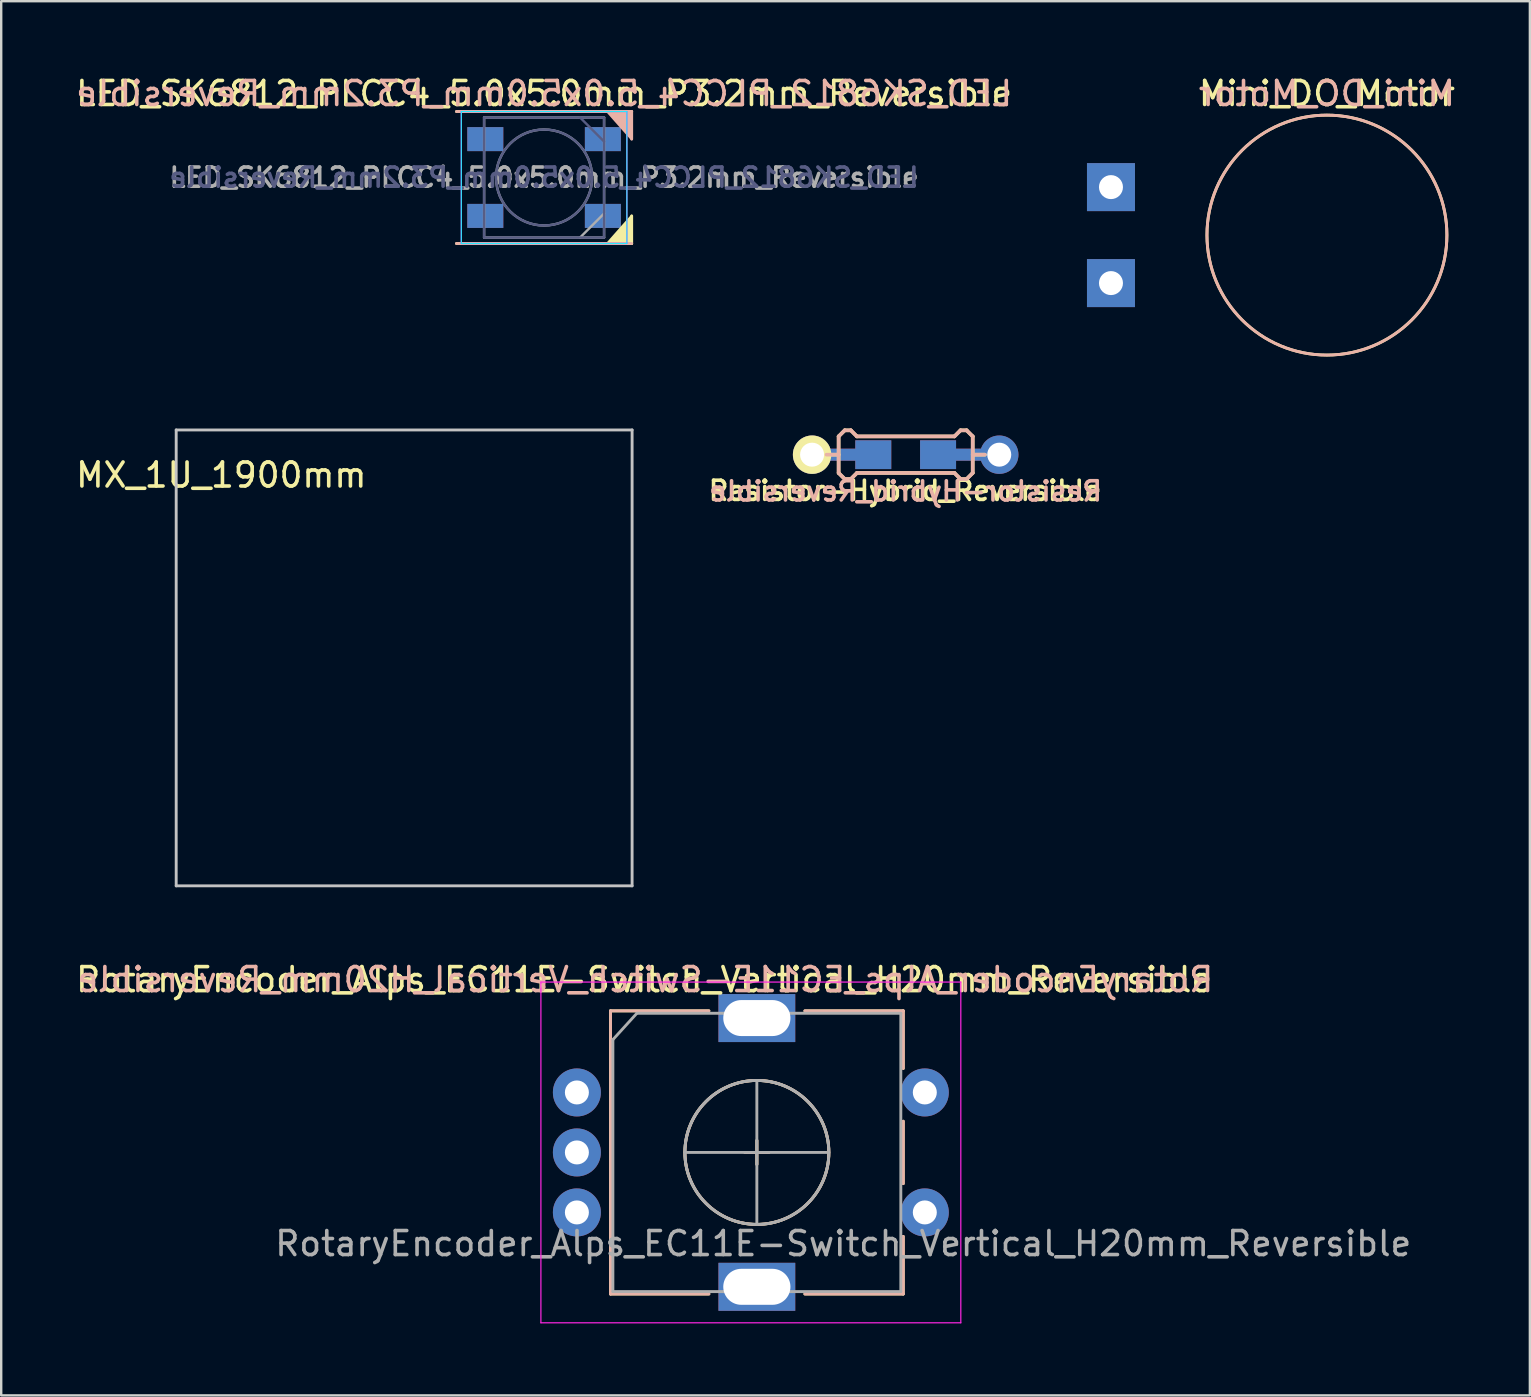
<source format=kicad_pcb>
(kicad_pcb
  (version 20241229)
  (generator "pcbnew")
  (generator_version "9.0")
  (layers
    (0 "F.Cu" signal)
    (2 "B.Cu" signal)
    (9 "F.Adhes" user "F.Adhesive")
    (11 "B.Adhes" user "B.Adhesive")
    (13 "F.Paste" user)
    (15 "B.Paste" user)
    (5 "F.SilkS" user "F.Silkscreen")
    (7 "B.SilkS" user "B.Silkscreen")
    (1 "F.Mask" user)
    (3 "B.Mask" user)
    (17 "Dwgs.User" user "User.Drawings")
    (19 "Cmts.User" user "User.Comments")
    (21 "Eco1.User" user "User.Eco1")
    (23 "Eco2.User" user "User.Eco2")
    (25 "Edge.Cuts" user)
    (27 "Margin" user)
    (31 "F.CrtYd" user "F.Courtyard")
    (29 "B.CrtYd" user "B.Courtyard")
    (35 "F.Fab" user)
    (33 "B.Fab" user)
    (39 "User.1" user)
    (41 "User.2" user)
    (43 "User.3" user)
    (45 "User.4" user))
  (footprint "RotaryEncoder_Alps_EC11E-Switch_Vertical_H20mm_Reversible"
    (layer "F.Cu")
    (at 20.992 42.478)
    (property "Reference" "RotaryEncoder_Alps_EC11E-Switch_Vertical_H20mm_Reversible" (at 2.8 -4.7 0) (layer "F.SilkS") (effects (font (size 1 1) (thickness 0.15))))
    (attr through_hole)
    (fp_line (start 1.4 -3.4) (end 1.4 8.4) (stroke (width 0.12) (type solid)) (layer "F.SilkS"))
    (fp_line (start 5.5 -3.4) (end 1.4 -3.4) (stroke (width 0.12) (type solid)) (layer "F.SilkS"))
    (fp_line (start 5.5 8.4) (end 1.4 8.4) (stroke (width 0.12) (type solid)) (layer "F.SilkS"))
    (fp_line (start 7 2.5) (end 8 2.5) (stroke (width 0.12) (type solid)) (layer "F.SilkS"))
    (fp_line (start 7.5 2) (end 7.5 3) (stroke (width 0.12) (type solid)) (layer "F.SilkS"))
    (fp_line (start 9.5 -3.4) (end 13.6 -3.4) (stroke (width 0.12) (type solid)) (layer "F.SilkS"))
    (fp_line (start 13.6 -3.4) (end 13.6 -1) (stroke (width 0.12) (type solid)) (layer "F.SilkS"))
    (fp_line (start 13.6 1.2) (end 13.6 3.8) (stroke (width 0.12) (type solid)) (layer "F.SilkS"))
    (fp_line (start 13.6 6) (end 13.6 8.4) (stroke (width 0.12) (type solid)) (layer "F.SilkS"))
    (fp_line (start 13.6 8.4) (end 9.5 8.4) (stroke (width 0.12) (type solid)) (layer "F.SilkS"))
    (fp_circle (center 7.5 2.5) (end 10.5 2.5) (stroke (width 0.12) (type solid)) (fill no) (layer "F.SilkS"))
    (fp_line (start 1.403 8.399) (end 1.403 -3.401) (stroke (width 0.12) (type solid)) (layer "B.SilkS"))
    (fp_line (start 5.503 -3.401) (end 1.403 -3.401) (stroke (width 0.12) (type solid)) (layer "B.SilkS"))
    (fp_line (start 5.503 8.399) (end 1.403 8.399) (stroke (width 0.12) (type solid)) (layer "B.SilkS"))
    (fp_line (start 7.003 2.499) (end 8.003 2.499) (stroke (width 0.12) (type solid)) (layer "B.SilkS"))
    (fp_line (start 7.503 2.999) (end 7.503 1.999) (stroke (width 0.12) (type solid)) (layer "B.SilkS"))
    (fp_line (start 9.503 8.399) (end 13.603 8.399) (stroke (width 0.12) (type solid)) (layer "B.SilkS"))
    (fp_line (start 13.603 -3.401) (end 9.503 -3.401) (stroke (width 0.12) (type solid)) (layer "B.SilkS"))
    (fp_line (start 13.603 -1.001) (end 13.603 -3.401) (stroke (width 0.12) (type solid)) (layer "B.SilkS"))
    (fp_line (start 13.603 3.799) (end 13.603 1.199) (stroke (width 0.12) (type solid)) (layer "B.SilkS"))
    (fp_line (start 13.603 8.399) (end 13.603 5.999) (stroke (width 0.12) (type solid)) (layer "B.SilkS"))
    (fp_circle (center 7.503 2.499) (end 10.503 2.499) (stroke (width 0.12) (type solid)) (fill no) (layer "B.SilkS"))
    (fp_line (start -1.5 -4.6) (end -1.5 9.6) (stroke (width 0.05) (type solid)) (layer "F.CrtYd"))
    (fp_line (start -1.5 -4.6) (end 16 -4.6) (stroke (width 0.05) (type solid)) (layer "F.CrtYd"))
    (fp_line (start 16 9.6) (end -1.5 9.6) (stroke (width 0.05) (type solid)) (layer "F.CrtYd"))
    (fp_line (start 16 9.6) (end 16 -4.6) (stroke (width 0.05) (type solid)) (layer "F.CrtYd"))
    (fp_line (start 1.5 -2.2) (end 2.5 -3.3) (stroke (width 0.12) (type solid)) (layer "F.Fab"))
    (fp_line (start 1.5 8.3) (end 1.5 -2.2) (stroke (width 0.12) (type solid)) (layer "F.Fab"))
    (fp_line (start 2.5 -3.3) (end 13.5 -3.3) (stroke (width 0.12) (type solid)) (layer "F.Fab"))
    (fp_line (start 4.5 2.5) (end 10.5 2.5) (stroke (width 0.12) (type solid)) (layer "F.Fab"))
    (fp_line (start 7.5 -0.5) (end 7.5 5.5) (stroke (width 0.12) (type solid)) (layer "F.Fab"))
    (fp_line (start 13.5 -3.3) (end 13.5 8.3) (stroke (width 0.12) (type solid)) (layer "F.Fab"))
    (fp_line (start 13.5 8.3) (end 1.5 8.3) (stroke (width 0.12) (type solid)) (layer "F.Fab"))
    (fp_circle (center 7.5 2.5) (end 10.5 2.5) (stroke (width 0.12) (type solid)) (fill no) (layer "F.Fab"))
    (fp_text user "${REFERENCE}" (at 2.852 -4.702 0) (layer "B.SilkS") (effects (font (size 1 1) (thickness 0.15)) (justify mirror)))
    (fp_text user "${REFERENCE}" (at 11.1 6.3 0) (layer "F.Fab") (effects (font (size 1 1) (thickness 0.15))))
    (pad "A" thru_hole circle (at 0 0) (size 2 2) (drill 1) (layers "*.Cu" "*.Mask"))
    (pad "B" thru_hole circle (at 0 5) (size 2 2) (drill 1) (layers "*.Cu" "*.Mask"))
    (pad "C" thru_hole circle (at 0 2.5) (size 2 2) (drill 1) (layers "*.Cu" "*.Mask"))
    (pad "MP" thru_hole rect (at 7.5 -3.1) (size 3.2 2) (drill oval 2.8 1.5) (layers "*.Cu" "*.Mask"))
    (pad "MP" thru_hole rect (at 7.5 8.1) (size 3.2 2) (drill oval 2.8 1.5) (layers "*.Cu" "*.Mask"))
    (pad "S1" thru_hole circle (at 14.5 5) (size 2 2) (drill 1) (layers "*.Cu" "*.Mask"))
    (pad "S2" thru_hole circle (at 14.5 0) (size 2 2) (drill 1) (layers "*.Cu" "*.Mask")))
  (footprint "Resistor-Hybrid_Reversible"
    (layer "F.Cu")
    (at 34.694 15.899)
    (property "Reference" "Resistor-Hybrid_Reversible" (at -0.025 1.5 0) (layer "F.SilkS") (effects (font (size 0.8 0.8) (thickness 0.15))))
    (attr smd)
    (fp_line (start -3.302 0) (end -2.794 0) (stroke (width 0.15) (type solid)) (layer "F.SilkS"))
    (fp_line (start -2.794 -0.762) (end -2.54 -1.016) (stroke (width 0.15) (type solid)) (layer "F.SilkS"))
    (fp_line (start -2.794 0.762) (end -2.794 -0.762) (stroke (width 0.15) (type solid)) (layer "F.SilkS"))
    (fp_line (start -2.54 -1.016) (end -2.286 -1.016) (stroke (width 0.15) (type solid)) (layer "F.SilkS"))
    (fp_line (start -2.54 1.016) (end -2.794 0.762) (stroke (width 0.15) (type solid)) (layer "F.SilkS"))
    (fp_line (start -2.286 -1.016) (end -2.032 -0.762) (stroke (width 0.15) (type solid)) (layer "F.SilkS"))
    (fp_line (start -2.286 1.016) (end -2.54 1.016) (stroke (width 0.15) (type solid)) (layer "F.SilkS"))
    (fp_line (start -2.032 -0.762) (end 2.032 -0.762) (stroke (width 0.15) (type solid)) (layer "F.SilkS"))
    (fp_line (start -2.032 0.762) (end -2.286 1.016) (stroke (width 0.15) (type solid)) (layer "F.SilkS"))
    (fp_line (start 2.032 -0.762) (end 2.286 -1.016) (stroke (width 0.15) (type solid)) (layer "F.SilkS"))
    (fp_line (start 2.032 0.762) (end -2.032 0.762) (stroke (width 0.15) (type solid)) (layer "F.SilkS"))
    (fp_line (start 2.286 -1.016) (end 2.54 -1.016) (stroke (width 0.15) (type solid)) (layer "F.SilkS"))
    (fp_line (start 2.286 1.016) (end 2.032 0.762) (stroke (width 0.15) (type solid)) (layer "F.SilkS"))
    (fp_line (start 2.54 -1.016) (end 2.794 -0.762) (stroke (width 0.15) (type solid)) (layer "F.SilkS"))
    (fp_line (start 2.54 1.016) (end 2.286 1.016) (stroke (width 0.15) (type solid)) (layer "F.SilkS"))
    (fp_line (start 2.794 -0.762) (end 2.794 0.762) (stroke (width 0.15) (type solid)) (layer "F.SilkS"))
    (fp_line (start 2.794 0) (end 3.302 0) (stroke (width 0.15) (type solid)) (layer "F.SilkS"))
    (fp_line (start 2.794 0.762) (end 2.54 1.016) (stroke (width 0.15) (type solid)) (layer "F.SilkS"))
    (fp_line (start -3.302 0) (end -2.794 0) (stroke (width 0.15) (type solid)) (layer "B.SilkS"))
    (fp_line (start -2.794 -0.762) (end -2.794 0.762) (stroke (width 0.15) (type solid)) (layer "B.SilkS"))
    (fp_line (start -2.794 0.762) (end -2.54 1.016) (stroke (width 0.15) (type solid)) (layer "B.SilkS"))
    (fp_line (start -2.54 -1.016) (end -2.794 -0.762) (stroke (width 0.15) (type solid)) (layer "B.SilkS"))
    (fp_line (start -2.54 1.016) (end -2.286 1.016) (stroke (width 0.15) (type solid)) (layer "B.SilkS"))
    (fp_line (start -2.286 -1.016) (end -2.54 -1.016) (stroke (width 0.15) (type solid)) (layer "B.SilkS"))
    (fp_line (start -2.286 1.016) (end -2.032 0.762) (stroke (width 0.15) (type solid)) (layer "B.SilkS"))
    (fp_line (start -2.032 -0.762) (end -2.286 -1.016) (stroke (width 0.15) (type solid)) (layer "B.SilkS"))
    (fp_line (start -2.032 0.762) (end 2.032 0.762) (stroke (width 0.15) (type solid)) (layer "B.SilkS"))
    (fp_line (start 2.032 -0.762) (end -2.032 -0.762) (stroke (width 0.15) (type solid)) (layer "B.SilkS"))
    (fp_line (start 2.032 0.762) (end 2.286 1.016) (stroke (width 0.15) (type solid)) (layer "B.SilkS"))
    (fp_line (start 2.286 -1.016) (end 2.032 -0.762) (stroke (width 0.15) (type solid)) (layer "B.SilkS"))
    (fp_line (start 2.286 1.016) (end 2.54 1.016) (stroke (width 0.15) (type solid)) (layer "B.SilkS"))
    (fp_line (start 2.54 -1.016) (end 2.286 -1.016) (stroke (width 0.15) (type solid)) (layer "B.SilkS"))
    (fp_line (start 2.54 1.016) (end 2.794 0.762) (stroke (width 0.15) (type solid)) (layer "B.SilkS"))
    (fp_line (start 2.794 -0.762) (end 2.54 -1.016) (stroke (width 0.15) (type solid)) (layer "B.SilkS"))
    (fp_line (start 2.794 0) (end 3.302 0) (stroke (width 0.15) (type solid)) (layer "B.SilkS"))
    (fp_line (start 2.794 0.762) (end 2.794 -0.762) (stroke (width 0.15) (type solid)) (layer "B.SilkS"))
    (fp_text user "${REFERENCE}" (at 0 1.524 0) (layer "B.SilkS") (effects (font (size 0.8 0.8) (thickness 0.15)) (justify mirror)))
    (pad "1" smd rect (at 1.35 0) (size 1.5 1.2) (layers "F.Cu" "F.Mask" "F.Paste"))
    (pad "1" smd rect (at 1.35 0) (size 1.5 1.2) (layers "B.Cu" "B.Mask" "B.Paste"))
    (pad "1" smd rect (at 2.5 0) (size 2.9 0.5) (layers "F.Cu"))
    (pad "1" smd rect (at 2.5 0) (size 2.9 0.5) (layers "B.Cu"))
    (pad "1" thru_hole circle (at 3.9 0) (size 1.6 1.6) (drill 1) (layers "*.Cu" "*.Mask"))
    (pad "2" thru_hole circle (at -3.9 0) (size 1.6 1.6) (drill 1) (layers "*.Cu" "*.Mask" "F.SilkS"))
    (pad "2" smd rect (at -2.5 0) (size 2.9 0.5) (layers "F.Cu"))
    (pad "2" smd rect (at -2.5 0) (size 2.9 0.5) (layers "B.Cu"))
    (pad "2" smd rect (at -1.35 0) (size 1.5 1.2) (layers "F.Cu" "F.Mask" "F.Paste"))
    (pad "2" smd rect (at -1.35 0) (size 1.5 1.2) (layers "B.Cu" "B.Mask" "B.Paste")))
  (footprint "LED_SK6812_PLCC4_5.0x5.0mm_P3.2mm_Reversible"
    (layer "F.Cu")
    (at 19.625 4.348)
    (property "Reference" "LED_SK6812_PLCC4_5.0x5.0mm_P3.2mm_Reversible" (at 0 -3.5 0) (layer "F.SilkS") (effects (font (size 1 1) (thickness 0.15))))
    (attr smd)
    (fp_line (start -3.65 -2.75) (end 3.65 -2.75) (stroke (width 0.12) (type solid)) (layer "F.SilkS"))
    (fp_line (start -3.65 2.75) (end 3.65 2.75) (stroke (width 0.12) (type solid)) (layer "F.SilkS"))
    (fp_line (start 3.65 2.75) (end 3.65 1.6) (stroke (width 0.12) (type solid)) (layer "F.SilkS"))
    (fp_poly (pts (xy 3.65 2.75) (xy 2.642 2.743) (xy 3.65 1.6)) (stroke (width 0.1) (type solid)) (fill yes) (layer "F.SilkS"))
    (fp_line (start -3.65 -2.75) (end 3.65 -2.75) (stroke (width 0.12) (type solid)) (layer "B.SilkS"))
    (fp_line (start -3.65 2.75) (end 3.65 2.75) (stroke (width 0.12) (type solid)) (layer "B.SilkS"))
    (fp_line (start 3.65 -2.75) (end 3.65 -1.6) (stroke (width 0.12) (type solid)) (layer "B.SilkS"))
    (fp_poly (pts (xy 3.65 -2.75) (xy 2.642 -2.743) (xy 3.65 -1.6)) (stroke (width 0.1) (type solid)) (fill yes) (layer "B.SilkS"))
    (fp_line (start -3.45 -2.75) (end 3.45 -2.75) (stroke (width 0.05) (type solid)) (layer "B.CrtYd"))
    (fp_line (start -3.45 2.75) (end -3.45 -2.75) (stroke (width 0.05) (type solid)) (layer "B.CrtYd"))
    (fp_line (start 3.45 -2.75) (end 3.45 2.75) (stroke (width 0.05) (type solid)) (layer "B.CrtYd"))
    (fp_line (start 3.45 2.75) (end -3.45 2.75) (stroke (width 0.05) (type solid)) (layer "B.CrtYd"))
    (fp_line (start -3.45 -2.75) (end -3.45 2.75) (stroke (width 0.05) (type solid)) (layer "F.CrtYd"))
    (fp_line (start -3.45 2.75) (end 3.45 2.75) (stroke (width 0.05) (type solid)) (layer "F.CrtYd"))
    (fp_line (start 3.45 -2.75) (end -3.45 -2.75) (stroke (width 0.05) (type solid)) (layer "F.CrtYd"))
    (fp_line (start 3.45 2.75) (end 3.45 -2.75) (stroke (width 0.05) (type solid)) (layer "F.CrtYd"))
    (fp_line (start -2.5 -2.5) (end 2.5 -2.5) (stroke (width 0.1) (type solid)) (layer "B.Fab"))
    (fp_line (start -2.5 2.5) (end -2.5 -2.5) (stroke (width 0.1) (type solid)) (layer "B.Fab"))
    (fp_line (start 2.5 -2.5) (end 2.5 2.5) (stroke (width 0.1) (type solid)) (layer "B.Fab"))
    (fp_line (start 2.5 -1.5) (end 1.5 -2.5) (stroke (width 0.1) (type solid)) (layer "B.Fab"))
    (fp_line (start 2.5 2.5) (end -2.5 2.5) (stroke (width 0.1) (type solid)) (layer "B.Fab"))
    (fp_circle (center 0 0) (end 0 2) (stroke (width 0.1) (type solid)) (fill no) (layer "B.Fab"))
    (fp_line (start -2.5 -2.5) (end -2.5 2.5) (stroke (width 0.1) (type solid)) (layer "F.Fab"))
    (fp_line (start -2.5 2.5) (end 2.5 2.5) (stroke (width 0.1) (type solid)) (layer "F.Fab"))
    (fp_line (start 2.5 -2.5) (end -2.5 -2.5) (stroke (width 0.1) (type solid)) (layer "F.Fab"))
    (fp_line (start 2.5 1.5) (end 1.5 2.5) (stroke (width 0.1) (type solid)) (layer "F.Fab"))
    (fp_line (start 2.5 2.5) (end 2.5 -2.5) (stroke (width 0.1) (type solid)) (layer "F.Fab"))
    (fp_circle (center 0 0) (end 0 -2) (stroke (width 0.1) (type solid)) (fill no) (layer "F.Fab"))
    (fp_text user "${REFERENCE}" (at 0 -3.5 0) (layer "B.SilkS") (effects (font (size 1 1) (thickness 0.15)) (justify mirror)))
    (fp_text user "${REFERENCE}" (at 0 0 0) (layer "B.Fab") (effects (font (size 0.8 0.8) (thickness 0.15)) (justify mirror)))
    (fp_text user "${REFERENCE}" (at 0 0 0) (layer "F.Fab") (effects (font (size 0.8 0.8) (thickness 0.15))))
    (pad "1" smd rect (at 2.45 -1.6) (size 1.5 1) (layers "B.Cu" "B.Mask" "B.Paste"))
    (pad "1" smd rect (at 2.45 1.6) (size 1.5 1) (layers "F.Cu" "F.Mask" "F.Paste"))
    (pad "2" smd rect (at 2.45 -1.6) (size 1.5 1) (layers "F.Cu" "F.Mask" "F.Paste"))
    (pad "2" smd rect (at 2.45 1.6) (size 1.5 1) (layers "B.Cu" "B.Mask" "B.Paste"))
    (pad "3" smd rect (at -2.45 -1.6) (size 1.5 1) (layers "F.Cu" "F.Mask" "F.Paste"))
    (pad "3" smd rect (at -2.45 1.6) (size 1.5 1) (layers "B.Cu" "B.Mask" "B.Paste"))
    (pad "4" smd rect (at -2.45 -1.6) (size 1.5 1) (layers "B.Cu" "B.Mask" "B.Paste"))
    (pad "4" smd rect (at -2.45 1.6) (size 1.5 1) (layers "F.Cu" "F.Mask" "F.Paste")))
  (footprint "Mini_DC_Motor"
    (layer "F.Cu")
    (at 52.25 6.748)
    (property "Reference" "Mini_DC_Motor" (at 0 -5.9 180) (layer "F.SilkS") (effects (font (size 1 1) (thickness 0.15))))
    (attr through_hole)
    (fp_circle (center 0 0) (end 5 0) (stroke (width 0.12) (type solid)) (fill no) (layer "F.SilkS"))
    (fp_circle (center 0 0) (end 5 0) (stroke (width 0.12) (type solid)) (fill no) (layer "B.SilkS"))
    (fp_text user "${REFERENCE}" (at 0 -5.9 0) (layer "B.SilkS") (effects (font (size 1 1) (thickness 0.15)) (justify mirror)))
    (pad "1" thru_hole rect (at -9 -2) (size 2 2) (drill 1) (layers "*.Cu" "*.Mask"))
    (pad "2" thru_hole rect (at -9 2) (size 2 2) (drill 1) (layers "*.Cu" "*.Mask")))
  (footprint "MX_1U_1900mm"
    (layer "F.Cu")
    (at 13.793 24.368)
    (property "Reference" "MX_1U_1900mm" (at -7.62 -7.62 180) (layer "F.SilkS") (effects (font (size 1 1) (thickness 0.15))))
    (attr through_hole)
    (fp_line (start -9.5 -9.5) (end -9.5 9.5) (stroke (width 0.12) (type solid)) (layer "Dwgs.User"))
    (fp_line (start -9.5 -9.5) (end 9.5 -9.5) (stroke (width 0.12) (type solid)) (layer "Dwgs.User"))
    (fp_line (start -9.5 9.5) (end 9.5 9.5) (stroke (width 0.12) (type solid)) (layer "Dwgs.User"))
    (fp_line (start 9.5 -9.5) (end 9.5 9.5) (stroke (width 0.12) (type solid)) (layer "Dwgs.User")))
  (gr_rect
    (start -3 -3)
    (end 60.708 55.103)
    (stroke (width 0.1) (type default))
    (fill no)
    (layer "Edge.Cuts")))
</source>
